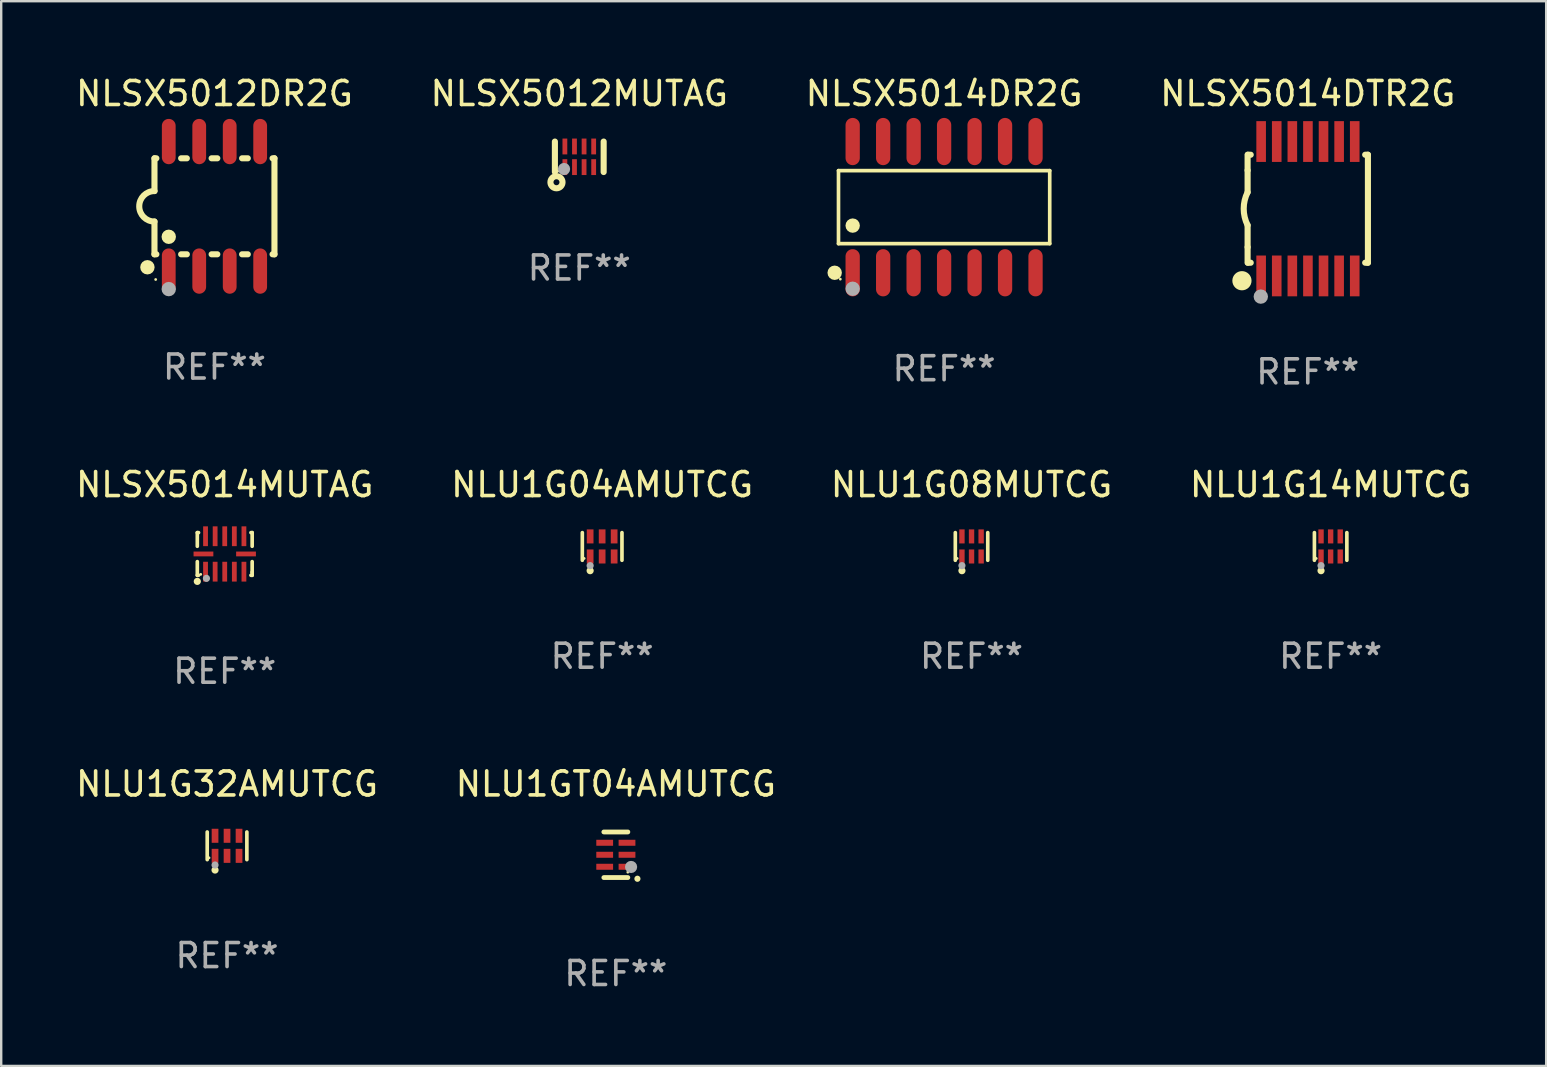
<source format=kicad_pcb>
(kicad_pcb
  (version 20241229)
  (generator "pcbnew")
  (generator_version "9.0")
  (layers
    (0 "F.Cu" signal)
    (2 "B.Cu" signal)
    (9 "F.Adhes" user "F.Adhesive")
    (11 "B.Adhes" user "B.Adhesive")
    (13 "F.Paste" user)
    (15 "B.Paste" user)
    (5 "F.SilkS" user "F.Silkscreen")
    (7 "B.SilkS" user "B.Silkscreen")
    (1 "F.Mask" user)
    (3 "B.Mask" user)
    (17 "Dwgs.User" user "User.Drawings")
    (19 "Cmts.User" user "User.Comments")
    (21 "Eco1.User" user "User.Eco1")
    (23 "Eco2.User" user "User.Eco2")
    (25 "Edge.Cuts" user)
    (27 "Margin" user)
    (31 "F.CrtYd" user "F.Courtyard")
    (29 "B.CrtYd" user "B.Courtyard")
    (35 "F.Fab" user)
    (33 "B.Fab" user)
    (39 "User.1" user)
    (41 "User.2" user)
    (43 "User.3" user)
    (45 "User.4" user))
  (footprint "NLSX5014DTR2G"
    (layer "F.Cu")
    (at 51.446 5.648)
    (property "Reference" "NLSX5014DTR2G" (at 0 -4.8 0) (layer "F.SilkS") (effects (font (size 1 1) (thickness 0.15))))
    (attr through_hole)
    (fp_line (start -2.507 -1.6) (end -2.507 -2.25) (stroke (width 0.254) (type solid)) (layer "F.SilkS"))
    (fp_line (start -2.507 -0.686) (end -2.507 -1.6) (stroke (width 0.254) (type solid)) (layer "F.SilkS"))
    (fp_line (start -2.507 1.6) (end -2.507 0.686) (stroke (width 0.254) (type solid)) (layer "F.SilkS"))
    (fp_line (start -2.507 1.6) (end -2.507 2.25) (stroke (width 0.254) (type solid)) (layer "F.SilkS"))
    (fp_line (start -2.493 -2.25) (end -2.377 -2.25) (stroke (width 0.254) (type solid)) (layer "F.SilkS"))
    (fp_line (start -2.377 2.25) (end -2.493 2.25) (stroke (width 0.254) (type solid)) (layer "F.SilkS"))
    (fp_line (start 2.392 -2.25) (end 2.507 -2.25) (stroke (width 0.254) (type solid)) (layer "F.SilkS"))
    (fp_line (start 2.507 -2.25) (end 2.507 2.25) (stroke (width 0.254) (type solid)) (layer "F.SilkS"))
    (fp_line (start 2.507 2.25) (end 2.392 2.25) (stroke (width 0.254) (type solid)) (layer "F.SilkS"))
    (fp_arc (start -2.507303 0.685802) (mid -2.669199 0) (end -2.507303 -0.685801) (stroke (width 0.254001) (type solid)) (layer "F.SilkS"))
    (fp_circle (center -2.743 3) (end -2.543 3) (stroke (width 0.4) (type solid)) (fill no) (layer "F.SilkS"))
    (fp_circle (center -2.493 3.2) (end -2.463 3.2) (stroke (width 0.06) (type solid)) (fill no) (layer "F.SilkS"))
    (fp_circle (center -1.957 3.662) (end -1.807 3.662) (stroke (width 0.3) (type solid)) (fill no) (layer "F.Fab"))
    (fp_text user "REF**" (at 0 6.8 0) (layer "F.Fab") (effects (font (size 1 1) (thickness 0.15))))
    (pad "1" smd rect (at -1.943 2.8) (size 0.4 1.7) (layers "F.Cu" "F.Mask" "F.Paste"))
    (pad "2" smd rect (at -1.293 2.8) (size 0.4 1.7) (layers "F.Cu" "F.Mask" "F.Paste"))
    (pad "3" smd rect (at -0.643 2.8) (size 0.4 1.7) (layers "F.Cu" "F.Mask" "F.Paste"))
    (pad "4" smd rect (at 0.007 2.8) (size 0.4 1.7) (layers "F.Cu" "F.Mask" "F.Paste"))
    (pad "5" smd rect (at 0.657 2.8) (size 0.4 1.7) (layers "F.Cu" "F.Mask" "F.Paste"))
    (pad "6" smd rect (at 1.307 2.8) (size 0.4 1.7) (layers "F.Cu" "F.Mask" "F.Paste"))
    (pad "7" smd rect (at 1.957 2.8) (size 0.4 1.7) (layers "F.Cu" "F.Mask" "F.Paste"))
    (pad "8" smd rect (at 1.957 -2.8) (size 0.4 1.7) (layers "F.Cu" "F.Mask" "F.Paste"))
    (pad "9" smd rect (at 1.307 -2.8) (size 0.4 1.7) (layers "F.Cu" "F.Mask" "F.Paste"))
    (pad "10" smd rect (at 0.657 -2.8) (size 0.4 1.7) (layers "F.Cu" "F.Mask" "F.Paste"))
    (pad "11" smd rect (at 0.007 -2.8) (size 0.4 1.7) (layers "F.Cu" "F.Mask" "F.Paste"))
    (pad "12" smd rect (at -0.643 -2.8) (size 0.4 1.7) (layers "F.Cu" "F.Mask" "F.Paste"))
    (pad "13" smd rect (at -1.293 -2.8) (size 0.4 1.7) (layers "F.Cu" "F.Mask" "F.Paste"))
    (pad "14" smd rect (at -1.943 -2.8) (size 0.4 1.7) (layers "F.Cu" "F.Mask" "F.Paste")))
  (footprint "NLU1GT04AMUTCG"
    (layer "F.Cu")
    (at 22.613 32.569)
    (property "Reference" "NLU1GT04AMUTCG" (at 0 -2.95 0) (layer "F.SilkS") (effects (font (size 1 1) (thickness 0.15))))
    (attr through_hole)
    (fp_line (start 0.5 -0.95) (end -0.5 -0.95) (stroke (width 0.2) (type solid)) (layer "F.SilkS"))
    (fp_line (start 0.5 0.95) (end -0.5 0.95) (stroke (width 0.2) (type solid)) (layer "F.SilkS"))
    (fp_arc (start 0.899162 1.000762) (mid 0.899154 0.999492) (end 0.899162 0.998222) (stroke (width 0.254001) (type solid)) (layer "F.SilkS"))
    (fp_circle (center 0.5 0.725) (end 0.53 0.725) (stroke (width 0.06) (type solid)) (fill no) (layer "F.SilkS"))
    (fp_circle (center 0.635 0.508) (end 0.762 0.508) (stroke (width 0.254) (type solid)) (fill no) (layer "F.Fab"))
    (fp_text user "REF**" (at 0 4.95 0) (layer "F.Fab") (effects (font (size 1 1) (thickness 0.15))))
    (pad "1" smd rect (at 0.465 0.5 90) (size 0.25 0.7) (layers "F.Cu" "F.Mask" "F.Paste"))
    (pad "2" smd rect (at 0.465 0.000127 90) (size 0.25 0.7) (layers "F.Cu" "F.Mask" "F.Paste"))
    (pad "3" smd rect (at 0.465 -0.5 90) (size 0.25 0.7) (layers "F.Cu" "F.Mask" "F.Paste"))
    (pad "4" smd rect (at -0.465 -0.5 270) (size 0.25 0.7) (layers "F.Cu" "F.Mask" "F.Paste"))
    (pad "5" smd rect (at -0.465 0.000127 270) (size 0.25 0.7) (layers "F.Cu" "F.Mask" "F.Paste"))
    (pad "6" smd rect (at -0.465 0.5 270) (size 0.25 0.7) (layers "F.Cu" "F.Mask" "F.Paste")))
  (footprint "NLSX5014MUTAG"
    (layer "F.Cu")
    (at 6.315 20.034)
    (property "Reference" "NLSX5014MUTAG" (at 0 -2.889 0) (layer "F.SilkS") (effects (font (size 1 1) (thickness 0.15))))
    (attr through_hole)
    (fp_line (start -1.143 -0.889) (end -1.143 -0.32) (stroke (width 0.152) (type solid)) (layer "F.SilkS"))
    (fp_line (start -1.143 0.32) (end -1.143 0.889) (stroke (width 0.152) (type solid)) (layer "F.SilkS"))
    (fp_line (start -1.143 0.889) (end -1.092 0.889) (stroke (width 0.152) (type solid)) (layer "F.SilkS"))
    (fp_line (start -1.092 -0.889) (end -1.143 -0.889) (stroke (width 0.152) (type solid)) (layer "F.SilkS"))
    (fp_line (start 1.092 0.889) (end 1.143 0.889) (stroke (width 0.152) (type solid)) (layer "F.SilkS"))
    (fp_line (start 1.143 -0.889) (end 1.092 -0.889) (stroke (width 0.152) (type solid)) (layer "F.SilkS"))
    (fp_line (start 1.143 -0.32) (end 1.143 -0.889) (stroke (width 0.152) (type solid)) (layer "F.SilkS"))
    (fp_line (start 1.143 0.762) (end 1.143 0.32) (stroke (width 0.152) (type solid)) (layer "F.SilkS"))
    (fp_line (start 1.143 0.889) (end 1.143 0.762) (stroke (width 0.152) (type solid)) (layer "F.SilkS"))
    (fp_circle (center -1.143 1.143) (end -1.068 1.143) (stroke (width 0.15) (type solid)) (fill no) (layer "F.SilkS"))
    (fp_circle (center -1 0.85) (end -0.97 0.85) (stroke (width 0.06) (type solid)) (fill no) (layer "F.SilkS"))
    (fp_circle (center -0.762 1.016) (end -0.687 1.016) (stroke (width 0.15) (type solid)) (fill no) (layer "F.Fab"))
    (fp_text user "REF**" (at 0 4.889 0) (layer "F.Fab") (effects (font (size 1 1) (thickness 0.15))))
    (pad "1" smd rect (at -0.8 0.738) (size 0.2 0.825) (layers "F.Cu" "F.Mask" "F.Paste"))
    (pad "2" smd rect (at -0.4 0.738) (size 0.2 0.825) (layers "F.Cu" "F.Mask" "F.Paste"))
    (pad "3" smd rect (at 0 0.738) (size 0.2 0.825) (layers "F.Cu" "F.Mask" "F.Paste"))
    (pad "4" smd rect (at 0.4 0.738) (size 0.2 0.825) (layers "F.Cu" "F.Mask" "F.Paste"))
    (pad "5" smd rect (at 0.8 0.738) (size 0.2 0.825) (layers "F.Cu" "F.Mask" "F.Paste"))
    (pad "6" smd rect (at 0.887 0) (size 0.825 0.2) (layers "F.Cu" "F.Mask" "F.Paste"))
    (pad "7" smd rect (at 0.8 -0.738) (size 0.2 0.825) (layers "F.Cu" "F.Mask" "F.Paste"))
    (pad "8" smd rect (at 0.4 -0.738) (size 0.2 0.825) (layers "F.Cu" "F.Mask" "F.Paste"))
    (pad "9" smd rect (at 0 -0.738) (size 0.2 0.825) (layers "F.Cu" "F.Mask" "F.Paste"))
    (pad "10" smd rect (at -0.4 -0.738) (size 0.2 0.825) (layers "F.Cu" "F.Mask" "F.Paste"))
    (pad "11" smd rect (at -0.8 -0.738) (size 0.2 0.825) (layers "F.Cu" "F.Mask" "F.Paste"))
    (pad "12" smd rect (at -0.887 0) (size 0.825 0.2) (layers "F.Cu" "F.Mask" "F.Paste")))
  (footprint "NLU1G32AMUTCG"
    (layer "F.Cu")
    (at 6.411 32.196)
    (property "Reference" "NLU1G32AMUTCG" (at 0 -2.576 0) (layer "F.SilkS") (effects (font (size 1 1) (thickness 0.15))))
    (attr through_hole)
    (fp_line (start -0.826 0.576) (end -0.826 -0.576) (stroke (width 0.152) (type solid)) (layer "F.SilkS"))
    (fp_line (start 0.826 0.576) (end 0.826 -0.576) (stroke (width 0.152) (type solid)) (layer "F.SilkS"))
    (fp_circle (center -0.75 0.5) (end -0.72 0.5) (stroke (width 0.06) (type solid)) (fill no) (layer "F.SilkS"))
    (fp_circle (center -0.5 1.01) (end -0.425 1.01) (stroke (width 0.15) (type solid)) (fill no) (layer "F.SilkS"))
    (fp_circle (center -0.5 0.8) (end -0.425 0.8) (stroke (width 0.15) (type solid)) (fill no) (layer "F.Fab"))
    (fp_text user "REF**" (at 0 4.576 0) (layer "F.Fab") (effects (font (size 1 1) (thickness 0.15))))
    (pad "1" smd rect (at -0.5 0.418) (size 0.28 0.585) (layers "F.Cu" "F.Mask" "F.Paste"))
    (pad "2" smd rect (at 0 0.418) (size 0.28 0.585) (layers "F.Cu" "F.Mask" "F.Paste"))
    (pad "3" smd rect (at 0.5 0.418) (size 0.28 0.585) (layers "F.Cu" "F.Mask" "F.Paste"))
    (pad "4" smd rect (at 0.5 -0.418) (size 0.28 0.585) (layers "F.Cu" "F.Mask" "F.Paste"))
    (pad "5" smd rect (at 0 -0.418) (size 0.28 0.585) (layers "F.Cu" "F.Mask" "F.Paste"))
    (pad "6" smd rect (at -0.5 -0.418) (size 0.28 0.585) (layers "F.Cu" "F.Mask" "F.Paste")))
  (footprint "NLSX5012MUTAG"
    (layer "F.Cu")
    (at 21.089 3.484)
    (property "Reference" "NLSX5012MUTAG" (at 0 -2.635 0) (layer "F.SilkS") (effects (font (size 1 1) (thickness 0.15))))
    (attr through_hole)
    (fp_line (start -1.016 0.635) (end -1.016 -0.635) (stroke (width 0.254) (type solid)) (layer "F.SilkS"))
    (fp_line (start 1.016 0.635) (end 1.016 -0.635) (stroke (width 0.254) (type solid)) (layer "F.SilkS"))
    (fp_circle (center -0.95 1.06) (end -0.825 1.06) (stroke (width 0.254) (type solid)) (fill no) (layer "F.SilkS"))
    (fp_circle (center -0.9 0.601) (end -0.87 0.601) (stroke (width 0.06) (type solid)) (fill no) (layer "F.SilkS"))
    (fp_circle (center -0.635 0.509) (end -0.508 0.509) (stroke (width 0.254) (type solid)) (fill no) (layer "F.Fab"))
    (fp_text user "REF**" (at 0 4.635 0) (layer "F.Fab") (effects (font (size 1 1) (thickness 0.15))))
    (pad "1" smd rect (at -0.6 0.43 180) (size 0.2 0.66) (layers "F.Cu" "F.Mask" "F.Paste"))
    (pad "2" smd rect (at -0.2 0.43 180) (size 0.2 0.66) (layers "F.Cu" "F.Mask" "F.Paste"))
    (pad "3" smd rect (at 0.2 0.43 180) (size 0.2 0.66) (layers "F.Cu" "F.Mask" "F.Paste"))
    (pad "4" smd rect (at 0.6 0.43 180) (size 0.2 0.66) (layers "F.Cu" "F.Mask" "F.Paste"))
    (pad "5" smd rect (at 0.6 -0.43 180) (size 0.2 0.66) (layers "F.Cu" "F.Mask" "F.Paste"))
    (pad "6" smd rect (at 0.2 -0.43 180) (size 0.2 0.66) (layers "F.Cu" "F.Mask" "F.Paste"))
    (pad "7" smd rect (at -0.2 -0.43 180) (size 0.2 0.66) (layers "F.Cu" "F.Mask" "F.Paste"))
    (pad "8" smd rect (at -0.6 -0.43 180) (size 0.2 0.66) (layers "F.Cu" "F.Mask" "F.Paste")))
  (footprint "NLSX5012DR2G"
    (layer "F.Cu")
    (at 5.887 5.547)
    (property "Reference" "NLSX5012DR2G" (at 0 -4.699 0) (layer "F.SilkS") (effects (font (size 1 1) (thickness 0.15))))
    (attr through_hole)
    (fp_line (start -2.5 -2) (end -2.5 -0.635) (stroke (width 0.254) (type solid)) (layer "F.SilkS"))
    (fp_line (start -2.5 -2) (end -2.421 -2) (stroke (width 0.254) (type solid)) (layer "F.SilkS"))
    (fp_line (start -2.5 2) (end -2.5 0.635) (stroke (width 0.254) (type solid)) (layer "F.SilkS"))
    (fp_line (start -2.5 2) (end -2.421 2) (stroke (width 0.254) (type solid)) (layer "F.SilkS"))
    (fp_line (start -1.389 -2) (end -1.151 -2) (stroke (width 0.254) (type solid)) (layer "F.SilkS"))
    (fp_line (start -1.389 2) (end -1.151 2) (stroke (width 0.254) (type solid)) (layer "F.SilkS"))
    (fp_line (start -0.119 -2) (end 0.119 -2) (stroke (width 0.254) (type solid)) (layer "F.SilkS"))
    (fp_line (start -0.119 2) (end 0.119 2) (stroke (width 0.254) (type solid)) (layer "F.SilkS"))
    (fp_line (start 1.151 -2) (end 1.389 -2) (stroke (width 0.254) (type solid)) (layer "F.SilkS"))
    (fp_line (start 1.151 2) (end 1.389 2) (stroke (width 0.254) (type solid)) (layer "F.SilkS"))
    (fp_line (start 2.421 -2) (end 2.5 -2) (stroke (width 0.254) (type solid)) (layer "F.SilkS"))
    (fp_line (start 2.421 2) (end 2.5 2) (stroke (width 0.254) (type solid)) (layer "F.SilkS"))
    (fp_line (start 2.5 -2) (end 2.5 2) (stroke (width 0.254) (type solid)) (layer "F.SilkS"))
    (fp_arc (start -2.5 0.635001) (mid -3.134366 -0.000318) (end -2.499365 -0.635001) (stroke (width 0.254001) (type solid)) (layer "F.SilkS"))
    (fp_circle (center -2.794 2.54) (end -2.644 2.54) (stroke (width 0.3) (type solid)) (fill no) (layer "F.SilkS"))
    (fp_circle (center -2.45 3.05) (end -2.42 3.05) (stroke (width 0.06) (type solid)) (fill no) (layer "F.SilkS"))
    (fp_circle (center -1.905 1.27) (end -1.755 1.27) (stroke (width 0.3) (type solid)) (fill no) (layer "F.SilkS"))
    (fp_circle (center -1.905 3.45) (end -1.755 3.45) (stroke (width 0.3) (type solid)) (fill no) (layer "F.Fab"))
    (fp_text user "REF**" (at 0 6.699 0) (layer "F.Fab") (effects (font (size 1 1) (thickness 0.15))))
    (pad "1" smd oval (at -1.905 2.699) (size 0.574 1.888) (layers "F.Cu" "F.Mask" "F.Paste"))
    (pad "2" smd oval (at -0.635 2.699) (size 0.574 1.888) (layers "F.Cu" "F.Mask" "F.Paste"))
    (pad "3" smd oval (at 0.635 2.699) (size 0.574 1.888) (layers "F.Cu" "F.Mask" "F.Paste"))
    (pad "4" smd oval (at 1.905 2.699) (size 0.574 1.888) (layers "F.Cu" "F.Mask" "F.Paste"))
    (pad "5" smd oval (at 1.905 -2.699) (size 0.574 1.888) (layers "F.Cu" "F.Mask" "F.Paste"))
    (pad "6" smd oval (at 0.635 -2.699) (size 0.574 1.888) (layers "F.Cu" "F.Mask" "F.Paste"))
    (pad "7" smd oval (at -0.635 -2.699) (size 0.574 1.888) (layers "F.Cu" "F.Mask" "F.Paste"))
    (pad "8" smd oval (at -1.905 -2.699) (size 0.574 1.888) (layers "F.Cu" "F.Mask" "F.Paste")))
  (footprint "NLU1G08MUTCG"
    (layer "F.Cu")
    (at 37.435 19.721)
    (property "Reference" "NLU1G08MUTCG" (at 0 -2.576 0) (layer "F.SilkS") (effects (font (size 1 1) (thickness 0.15))))
    (attr through_hole)
    (fp_line (start -0.676 0.576) (end -0.676 -0.576) (stroke (width 0.152) (type solid)) (layer "F.SilkS"))
    (fp_line (start 0.676 0.576) (end 0.676 -0.576) (stroke (width 0.152) (type solid)) (layer "F.SilkS"))
    (fp_circle (center -0.6 0.5) (end -0.57 0.5) (stroke (width 0.06) (type solid)) (fill no) (layer "F.SilkS"))
    (fp_circle (center -0.4 1.01) (end -0.325 1.01) (stroke (width 0.15) (type solid)) (fill no) (layer "F.SilkS"))
    (fp_circle (center -0.4 0.8) (end -0.325 0.8) (stroke (width 0.15) (type solid)) (fill no) (layer "F.Fab"))
    (fp_text user "REF**" (at 0 4.576 0) (layer "F.Fab") (effects (font (size 1 1) (thickness 0.15))))
    (pad "1" smd rect (at -0.4 0.418) (size 0.224 0.585) (layers "F.Cu" "F.Mask" "F.Paste"))
    (pad "2" smd rect (at 0 0.418) (size 0.224 0.585) (layers "F.Cu" "F.Mask" "F.Paste"))
    (pad "3" smd rect (at 0.4 0.418) (size 0.224 0.585) (layers "F.Cu" "F.Mask" "F.Paste"))
    (pad "4" smd rect (at 0.4 -0.418) (size 0.224 0.585) (layers "F.Cu" "F.Mask" "F.Paste"))
    (pad "5" smd rect (at 0 -0.418) (size 0.224 0.585) (layers "F.Cu" "F.Mask" "F.Paste"))
    (pad "6" smd rect (at -0.4 -0.418) (size 0.224 0.585) (layers "F.Cu" "F.Mask" "F.Paste")))
  (footprint "NLU1G04AMUTCG"
    (layer "F.Cu")
    (at 22.042 19.721)
    (property "Reference" "NLU1G04AMUTCG" (at 0 -2.576 0) (layer "F.SilkS") (effects (font (size 1 1) (thickness 0.15))))
    (attr through_hole)
    (fp_line (start -0.826 0.576) (end -0.826 -0.576) (stroke (width 0.152) (type solid)) (layer "F.SilkS"))
    (fp_line (start 0.826 0.576) (end 0.826 -0.576) (stroke (width 0.152) (type solid)) (layer "F.SilkS"))
    (fp_circle (center -0.75 0.5) (end -0.72 0.5) (stroke (width 0.06) (type solid)) (fill no) (layer "F.SilkS"))
    (fp_circle (center -0.5 1.01) (end -0.425 1.01) (stroke (width 0.15) (type solid)) (fill no) (layer "F.SilkS"))
    (fp_circle (center -0.5 0.8) (end -0.425 0.8) (stroke (width 0.15) (type solid)) (fill no) (layer "F.Fab"))
    (fp_text user "REF**" (at 0 4.576 0) (layer "F.Fab") (effects (font (size 1 1) (thickness 0.15))))
    (pad "1" smd rect (at -0.5 0.418) (size 0.28 0.585) (layers "F.Cu" "F.Mask" "F.Paste"))
    (pad "2" smd rect (at 0 0.418) (size 0.28 0.585) (layers "F.Cu" "F.Mask" "F.Paste"))
    (pad "3" smd rect (at 0.5 0.418) (size 0.28 0.585) (layers "F.Cu" "F.Mask" "F.Paste"))
    (pad "4" smd rect (at 0.5 -0.418) (size 0.28 0.585) (layers "F.Cu" "F.Mask" "F.Paste"))
    (pad "5" smd rect (at 0 -0.418) (size 0.28 0.585) (layers "F.Cu" "F.Mask" "F.Paste"))
    (pad "6" smd rect (at -0.5 -0.418) (size 0.28 0.585) (layers "F.Cu" "F.Mask" "F.Paste")))
  (footprint "NLU1G14MUTCG"
    (layer "F.Cu")
    (at 52.399 19.721)
    (property "Reference" "NLU1G14MUTCG" (at 0 -2.576 0) (layer "F.SilkS") (effects (font (size 1 1) (thickness 0.15))))
    (attr through_hole)
    (fp_line (start -0.676 0.576) (end -0.676 -0.576) (stroke (width 0.152) (type solid)) (layer "F.SilkS"))
    (fp_line (start 0.676 0.576) (end 0.676 -0.576) (stroke (width 0.152) (type solid)) (layer "F.SilkS"))
    (fp_circle (center -0.6 0.5) (end -0.57 0.5) (stroke (width 0.06) (type solid)) (fill no) (layer "F.SilkS"))
    (fp_circle (center -0.4 1.01) (end -0.325 1.01) (stroke (width 0.15) (type solid)) (fill no) (layer "F.SilkS"))
    (fp_circle (center -0.4 0.8) (end -0.325 0.8) (stroke (width 0.15) (type solid)) (fill no) (layer "F.Fab"))
    (fp_text user "REF**" (at 0 4.576 0) (layer "F.Fab") (effects (font (size 1 1) (thickness 0.15))))
    (pad "1" smd rect (at -0.4 0.418) (size 0.224 0.585) (layers "F.Cu" "F.Mask" "F.Paste"))
    (pad "2" smd rect (at 0 0.418) (size 0.224 0.585) (layers "F.Cu" "F.Mask" "F.Paste"))
    (pad "3" smd rect (at 0.4 0.418) (size 0.224 0.585) (layers "F.Cu" "F.Mask" "F.Paste"))
    (pad "4" smd rect (at 0.4 -0.418) (size 0.224 0.585) (layers "F.Cu" "F.Mask" "F.Paste"))
    (pad "5" smd rect (at 0 -0.418) (size 0.224 0.585) (layers "F.Cu" "F.Mask" "F.Paste"))
    (pad "6" smd rect (at -0.4 -0.418) (size 0.224 0.585) (layers "F.Cu" "F.Mask" "F.Paste")))
  (footprint "NLSX5014DR2G"
    (layer "F.Cu")
    (at 36.292 5.582)
    (property "Reference" "NLSX5014DR2G" (at 0 -4.734 0) (layer "F.SilkS") (effects (font (size 1 1) (thickness 0.15))))
    (attr through_hole)
    (fp_line (start -4.401 -1.521) (end 4.401 -1.521) (stroke (width 0.152) (type solid)) (layer "F.SilkS"))
    (fp_line (start -4.401 1.521) (end -4.401 -1.521) (stroke (width 0.152) (type solid)) (layer "F.SilkS"))
    (fp_line (start 4.401 -1.521) (end 4.401 1.521) (stroke (width 0.152) (type solid)) (layer "F.SilkS"))
    (fp_line (start 4.401 1.521) (end -4.401 1.521) (stroke (width 0.152) (type solid)) (layer "F.SilkS"))
    (fp_circle (center -4.56 2.734) (end -4.41 2.734) (stroke (width 0.3) (type solid)) (fill no) (layer "F.SilkS"))
    (fp_circle (center -4.325 3) (end -4.295 3) (stroke (width 0.06) (type solid)) (fill no) (layer "F.SilkS"))
    (fp_circle (center -3.81 0.769) (end -3.66 0.769) (stroke (width 0.3) (type solid)) (fill no) (layer "F.SilkS"))
    (fp_circle (center -3.81 3.4) (end -3.66 3.4) (stroke (width 0.3) (type solid)) (fill no) (layer "F.Fab"))
    (fp_text user "REF**" (at 0 6.734 0) (layer "F.Fab") (effects (font (size 1 1) (thickness 0.15))))
    (pad "1" smd oval (at -3.81 2.734) (size 0.595 1.968) (layers "F.Cu" "F.Mask" "F.Paste"))
    (pad "2" smd oval (at -2.54 2.734) (size 0.595 1.968) (layers "F.Cu" "F.Mask" "F.Paste"))
    (pad "3" smd oval (at -1.27 2.734) (size 0.595 1.968) (layers "F.Cu" "F.Mask" "F.Paste"))
    (pad "4" smd oval (at 0 2.734) (size 0.595 1.968) (layers "F.Cu" "F.Mask" "F.Paste"))
    (pad "5" smd oval (at 1.27 2.734) (size 0.595 1.968) (layers "F.Cu" "F.Mask" "F.Paste"))
    (pad "6" smd oval (at 2.54 2.734) (size 0.595 1.968) (layers "F.Cu" "F.Mask" "F.Paste"))
    (pad "7" smd oval (at 3.81 2.734) (size 0.595 1.968) (layers "F.Cu" "F.Mask" "F.Paste"))
    (pad "8" smd oval (at 3.81 -2.734) (size 0.595 1.968) (layers "F.Cu" "F.Mask" "F.Paste"))
    (pad "9" smd oval (at 2.54 -2.734) (size 0.595 1.968) (layers "F.Cu" "F.Mask" "F.Paste"))
    (pad "10" smd oval (at 1.27 -2.734) (size 0.595 1.968) (layers "F.Cu" "F.Mask" "F.Paste"))
    (pad "11" smd oval (at 0 -2.734) (size 0.595 1.968) (layers "F.Cu" "F.Mask" "F.Paste"))
    (pad "12" smd oval (at -1.27 -2.734) (size 0.595 1.968) (layers "F.Cu" "F.Mask" "F.Paste"))
    (pad "13" smd oval (at -2.54 -2.734) (size 0.595 1.968) (layers "F.Cu" "F.Mask" "F.Paste"))
    (pad "14" smd oval (at -3.81 -2.734) (size 0.595 1.968) (layers "F.Cu" "F.Mask" "F.Paste")))
  (gr_rect
    (start -3 -3)
    (end 61.381 41.368)
    (stroke (width 0.1) (type default))
    (fill no)
    (layer "Edge.Cuts")))
</source>
